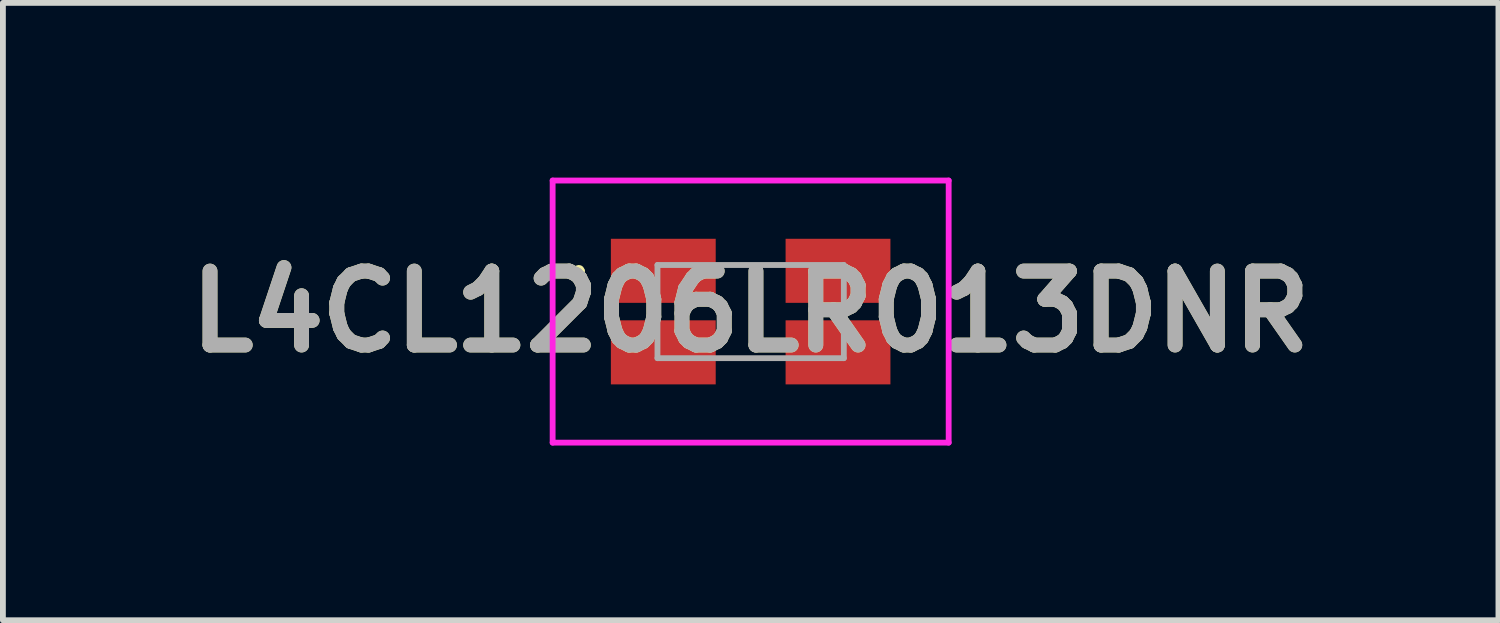
<source format=kicad_pcb>
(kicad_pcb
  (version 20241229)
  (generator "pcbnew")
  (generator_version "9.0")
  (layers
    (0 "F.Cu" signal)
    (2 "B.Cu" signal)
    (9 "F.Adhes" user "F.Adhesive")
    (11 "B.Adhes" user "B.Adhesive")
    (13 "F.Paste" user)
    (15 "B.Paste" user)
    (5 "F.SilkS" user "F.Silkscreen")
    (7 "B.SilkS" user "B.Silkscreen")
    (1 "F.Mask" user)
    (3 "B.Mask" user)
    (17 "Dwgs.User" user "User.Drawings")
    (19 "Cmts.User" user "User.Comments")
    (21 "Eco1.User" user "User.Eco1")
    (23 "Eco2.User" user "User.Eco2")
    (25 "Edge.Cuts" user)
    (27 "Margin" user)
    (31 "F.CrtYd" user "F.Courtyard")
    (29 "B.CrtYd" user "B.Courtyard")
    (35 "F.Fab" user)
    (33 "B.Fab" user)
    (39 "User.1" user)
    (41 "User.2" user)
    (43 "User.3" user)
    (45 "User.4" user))
  (footprint "L4CL1206LR013DNR"
    (layer "F.Cu")
    (at 9.839 2.3)
    (property "Reference" "L4CL1206LR013DNR" (at 0 0 0) (layer "F.SilkS") (effects (font (size 1.27 1.27) (thickness 0.254))))
    (attr smd)
    (fp_line (start -3 -0.7) (end -3 -0.7) (stroke (width 0.1) (type solid)) (layer "F.SilkS"))
    (fp_line (start -2.9 -0.7) (end -2.9 -0.7) (stroke (width 0.1) (type solid)) (layer "F.SilkS"))
    (fp_arc (start -3 -0.7) (mid -2.95 -0.75) (end -2.9 -0.7) (stroke (width 0.1) (type solid)) (layer "F.SilkS"))
    (fp_arc (start -2.9 -0.7) (mid -2.95 -0.65) (end -3 -0.7) (stroke (width 0.1) (type solid)) (layer "F.SilkS"))
    (fp_line (start -3.4 -2.25) (end -3.4 2.25) (stroke (width 0.1) (type solid)) (layer "F.CrtYd"))
    (fp_line (start -3.4 2.25) (end 3.4 2.25) (stroke (width 0.1) (type solid)) (layer "F.CrtYd"))
    (fp_line (start 3.4 -2.25) (end -3.4 -2.25) (stroke (width 0.1) (type solid)) (layer "F.CrtYd"))
    (fp_line (start 3.4 2.25) (end 3.4 -2.25) (stroke (width 0.1) (type solid)) (layer "F.CrtYd"))
    (fp_line (start -1.6 -0.8) (end -1.6 0.8) (stroke (width 0.1) (type solid)) (layer "F.Fab"))
    (fp_line (start -1.6 0.8) (end 1.6 0.8) (stroke (width 0.1) (type solid)) (layer "F.Fab"))
    (fp_line (start 1.6 -0.8) (end -1.6 -0.8) (stroke (width 0.1) (type solid)) (layer "F.Fab"))
    (fp_line (start 1.6 0.8) (end 1.6 -0.8) (stroke (width 0.1) (type solid)) (layer "F.Fab"))
    (fp_text user "${REFERENCE}" (at 0 0 0) (layer "F.Fab") (effects (font (size 1.27 1.27) (thickness 0.254))))
    (pad "1" smd rect (at -1.5 -0.7 90) (size 1.1 1.8) (layers "F.Cu" "F.Mask" "F.Paste"))
    (pad "2" smd rect (at -1.5 0.7 90) (size 1.1 1.8) (layers "F.Cu" "F.Mask" "F.Paste"))
    (pad "3" smd rect (at 1.5 0.7 90) (size 1.1 1.8) (layers "F.Cu" "F.Mask" "F.Paste"))
    (pad "4" smd rect (at 1.5 -0.7 90) (size 1.1 1.8) (layers "F.Cu" "F.Mask" "F.Paste")))
  (gr_rect
    (start -3 -3)
    (end 22.679 7.6)
    (stroke (width 0.1) (type default))
    (fill no)
    (layer "Edge.Cuts")))
</source>
